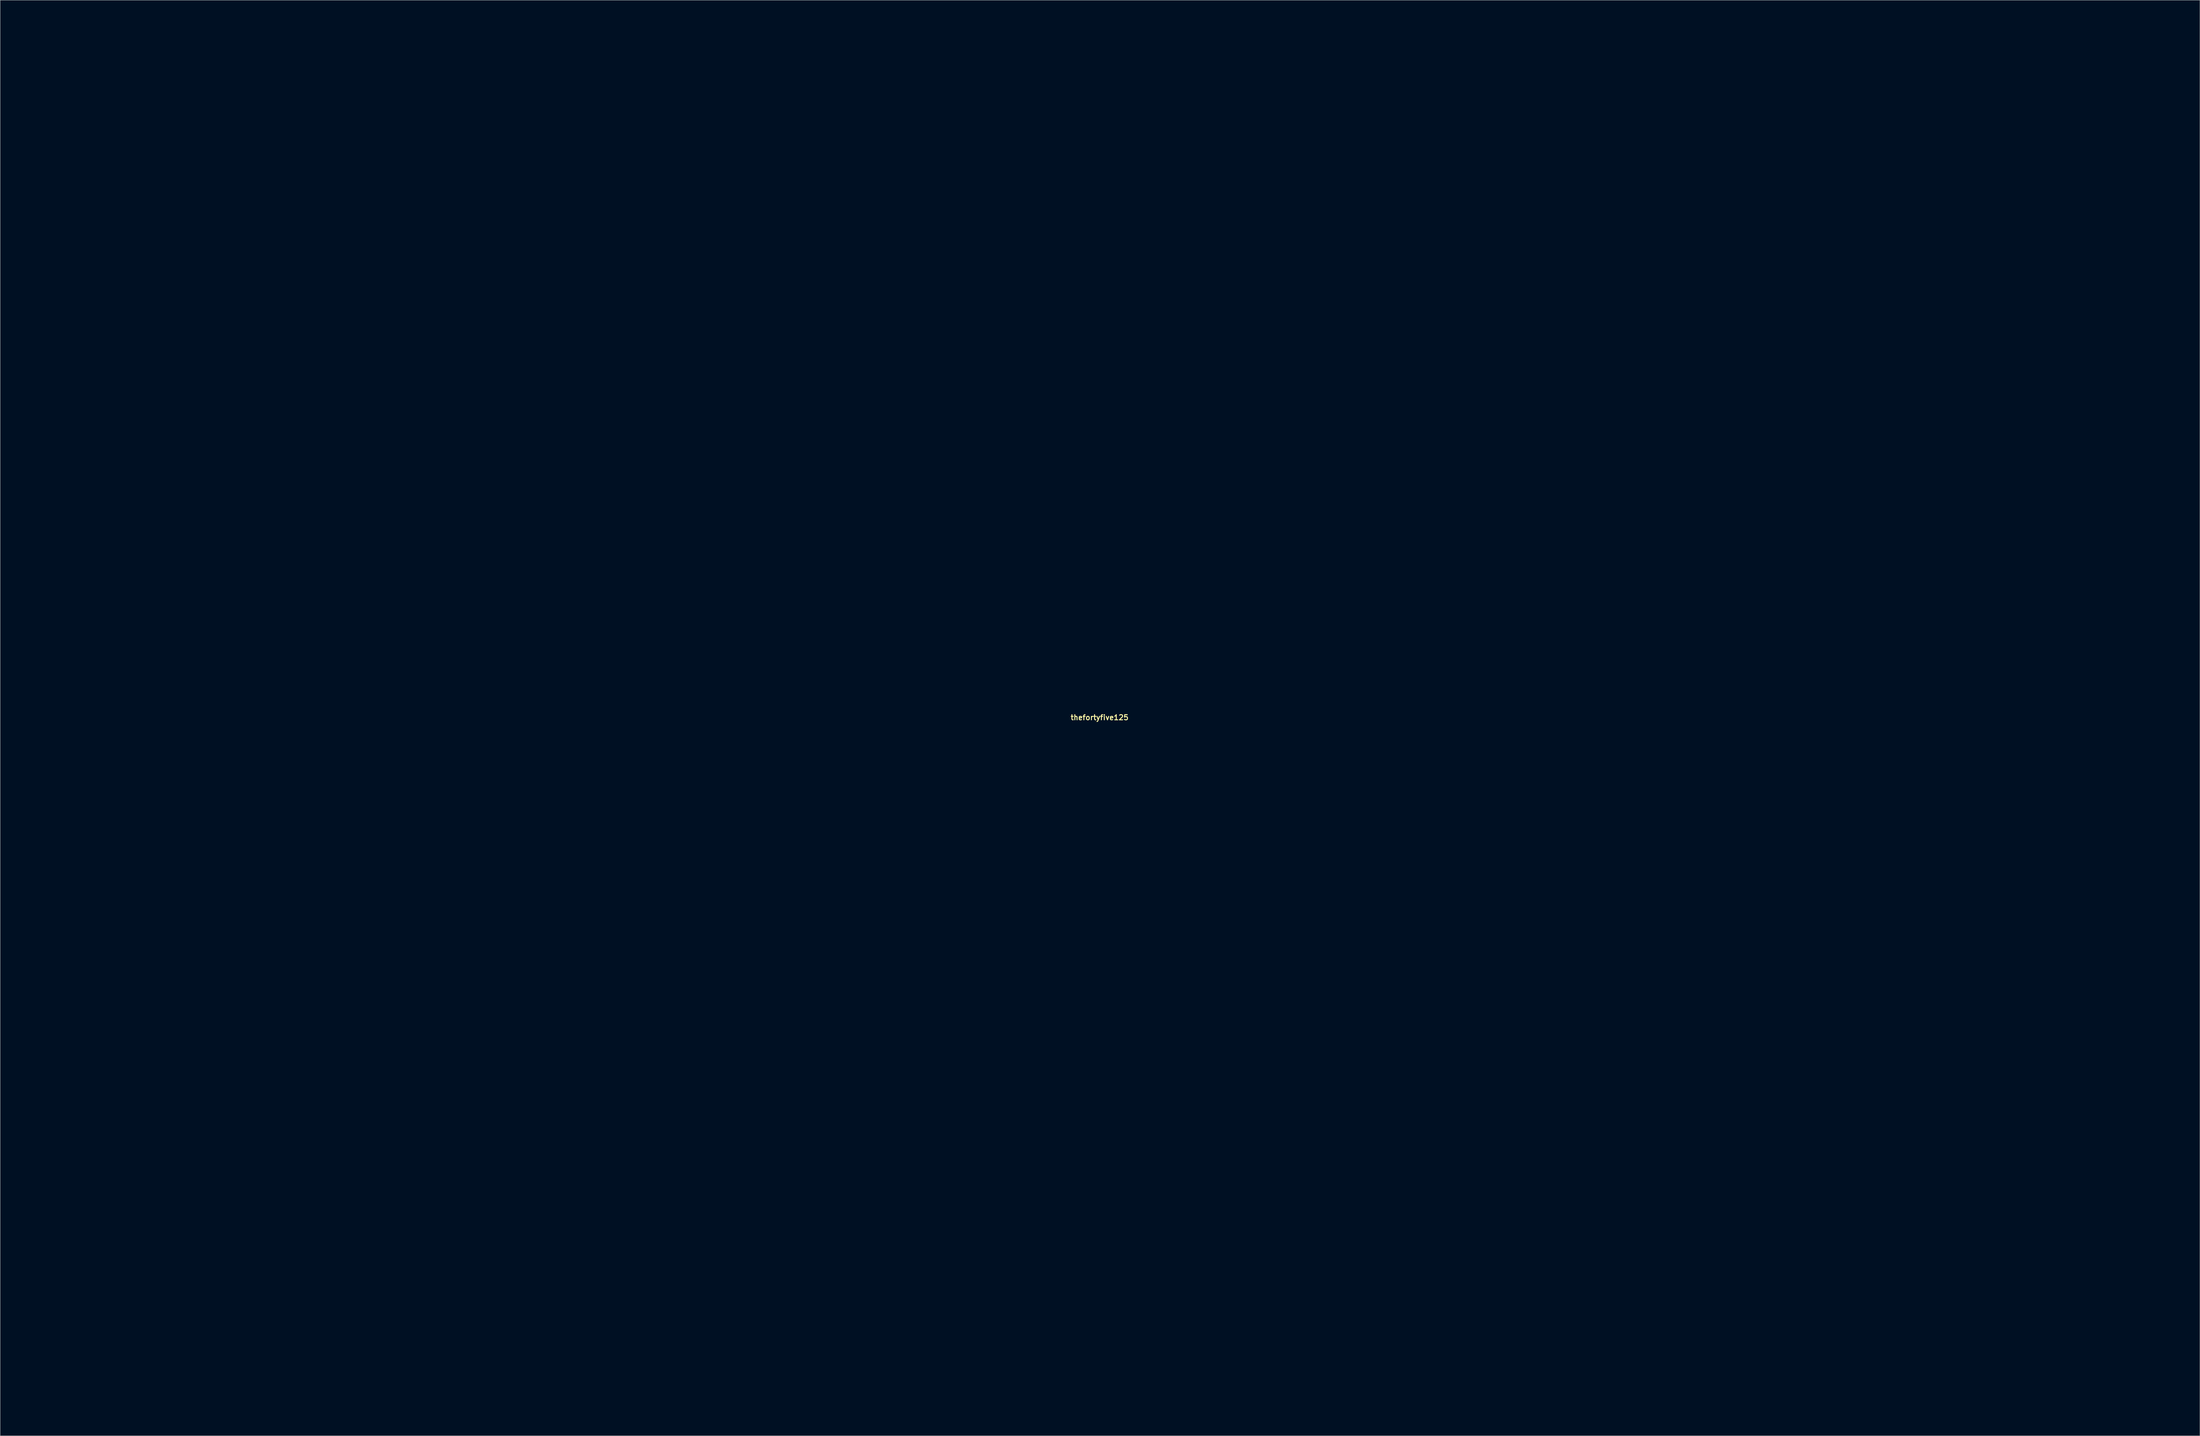
<source format=kicad_pcb>
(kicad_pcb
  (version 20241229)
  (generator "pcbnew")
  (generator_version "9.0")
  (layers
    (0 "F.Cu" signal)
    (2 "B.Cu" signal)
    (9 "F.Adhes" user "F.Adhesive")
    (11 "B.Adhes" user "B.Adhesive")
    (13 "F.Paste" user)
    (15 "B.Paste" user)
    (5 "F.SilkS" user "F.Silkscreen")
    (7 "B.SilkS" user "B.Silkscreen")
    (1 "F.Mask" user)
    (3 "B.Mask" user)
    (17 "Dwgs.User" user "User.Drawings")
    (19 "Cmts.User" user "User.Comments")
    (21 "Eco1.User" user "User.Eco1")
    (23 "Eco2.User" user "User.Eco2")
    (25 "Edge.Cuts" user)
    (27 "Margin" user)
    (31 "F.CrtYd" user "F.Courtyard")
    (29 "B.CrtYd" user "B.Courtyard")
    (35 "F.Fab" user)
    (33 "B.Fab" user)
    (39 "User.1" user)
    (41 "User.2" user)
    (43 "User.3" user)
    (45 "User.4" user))
  (footprint "thefortyfive125"
    (layer "F.Cu")
    (at 324.671 210.858)
    (property "Reference" "thefortyfive125" (at 0 0 0) (layer "F.SilkS") (effects (font (size 1.524 1.524) (thickness 0.3))))
    (attr through_hole)
    (fp_poly (pts (xy 53.035 55.982) (xy 52.934 56.083) (xy 52.832 55.982) (xy 52.934 55.88) (xy 53.035 55.982)) (stroke (width 0.01) (type solid)) (fill yes) (layer "F.Mask"))
    (fp_poly (pts (xy -67.338 58.985) (xy -67.389 59.183) (xy -67.559 59.73) (xy -67.835 60.591) (xy -68.205 61.73) (xy -68.658 63.111) (xy -69.183 64.698) (xy -69.766 66.456) (xy -70.398 68.348) (xy -70.682 69.197) (xy -74.566 81.016) (xy -78.207 92.577) (xy -81.619 103.937) (xy -84.817 115.152) (xy -87.816 126.277) (xy -90.633 137.369) (xy -93.281 148.484) (xy -95.775 159.676) (xy -98.132 171.004) (xy -98.225 171.471) (xy -98.567 173.17) (xy -98.887 174.741) (xy -99.174 176.14) (xy -99.421 177.323) (xy -99.618 178.246) (xy -99.755 178.865) (xy -99.824 179.136) (xy -99.828 179.144) (xy -100.034 179.171) (xy -100.608 179.228) (xy -101.51 179.314) (xy -102.704 179.424) (xy -104.152 179.556) (xy -105.816 179.705) (xy -107.658 179.869) (xy -109.64 180.045) (xy -111.725 180.228) (xy -113.875 180.417) (xy -116.052 180.606) (xy -118.218 180.794) (xy -120.335 180.977) (xy -122.366 181.152) (xy -124.273 181.315) (xy -126.018 181.463) (xy -127.563 181.593) (xy -128.871 181.701) (xy -129.903 181.784) (xy -130.622 181.839) (xy -130.99 181.863) (xy -131.017 181.863) (xy -131.191 181.702) (xy -131.172 181.407) (xy -131.105 181.079) (xy -130.978 180.416) (xy -130.801 179.482) (xy -130.587 178.343) (xy -130.348 177.062) (xy -130.241 176.486) (xy -127.027 160.184) (xy -123.441 143.988) (xy -119.477 127.871) (xy -115.127 111.805) (xy -110.385 95.764) (xy -105.728 81.178) (xy -105.234 79.692) (xy -104.682 78.043) (xy -104.085 76.273) (xy -103.458 74.419) (xy -102.814 72.523) (xy -102.166 70.624) (xy -101.528 68.763) (xy -100.915 66.978) (xy -100.339 65.311) (xy -99.815 63.8) (xy -99.356 62.485) (xy -98.975 61.407) (xy -98.687 60.606) (xy -98.505 60.121) (xy -98.448 59.989) (xy -98.243 59.972) (xy -97.669 59.945) (xy -96.766 59.907) (xy -95.571 59.862) (xy -94.121 59.809) (xy -92.455 59.75) (xy -90.611 59.686) (xy -88.626 59.619) (xy -86.54 59.549) (xy -84.389 59.479) (xy -82.213 59.408) (xy -80.048 59.339) (xy -77.933 59.273) (xy -75.906 59.21) (xy -74.004 59.152) (xy -72.267 59.101) (xy -70.732 59.057) (xy -69.436 59.022) (xy -68.419 58.997) (xy -67.717 58.983) (xy -67.369 58.982) (xy -67.338 58.985)) (stroke (width 0.01) (type solid)) (fill yes) (layer "F.Mask"))
    (fp_poly (pts (xy 52.573 55.96) (xy 52.487 56.144) (xy 52.197 56.616) (xy 51.733 57.329) (xy 51.124 58.238) (xy 50.402 59.298) (xy 49.72 60.284) (xy 47.427 63.632) (xy 44.97 67.317) (xy 42.367 71.311) (xy 39.634 75.584) (xy 36.788 80.11) (xy 33.844 84.859) (xy 30.821 89.804) (xy 27.735 94.917) (xy 24.602 100.17) (xy 21.439 105.534) (xy 18.262 110.981) (xy 15.089 116.484) (xy 11.936 122.015) (xy 8.819 127.544) (xy 5.756 133.044) (xy 2.762 138.487) (xy -0.145 143.846) (xy -2.949 149.091) (xy -3.303 149.758) (xy -4.178 151.426) (xy -5.17 153.344) (xy -6.252 155.452) (xy -7.393 157.696) (xy -8.566 160.016) (xy -9.741 162.355) (xy -10.889 164.656) (xy -11.982 166.861) (xy -12.991 168.914) (xy -13.887 170.755) (xy -14.641 172.329) (xy -15.017 173.126) (xy -16.485 176.276) (xy -26.683 176.281) (xy -29.567 176.287) (xy -32.112 176.306) (xy -34.385 176.341) (xy -36.454 176.395) (xy -38.386 176.472) (xy -40.248 176.576) (xy -42.107 176.71) (xy -44.031 176.878) (xy -46.087 177.082) (xy -48.342 177.328) (xy -49.913 177.507) (xy -51.286 177.666) (xy -52.589 177.816) (xy -53.745 177.949) (xy -54.676 178.056) (xy -55.304 178.128) (xy -55.423 178.142) (xy -56.017 178.179) (xy -56.407 178.144) (xy -56.494 178.082) (xy -56.646 171.269) (xy -56.733 164.454) (xy -56.754 157.597) (xy -56.708 150.658) (xy -56.594 143.598) (xy -56.411 136.376) (xy -56.158 128.952) (xy -55.835 121.288) (xy -55.439 113.342) (xy -54.971 105.076) (xy -54.446 96.723) (xy -54.289 94.382) (xy -54.115 91.913) (xy -53.929 89.349) (xy -53.732 86.721) (xy -53.526 84.059) (xy -53.316 81.395) (xy -53.103 78.76) (xy -52.89 76.186) (xy -52.68 73.704) (xy -52.476 71.344) (xy -52.279 69.139) (xy -52.094 67.12) (xy -51.922 65.317) (xy -51.766 63.762) (xy -51.629 62.486) (xy -51.514 61.521) (xy -51.422 60.897) (xy -51.358 60.647) (xy -51.356 60.645) (xy -51.149 60.627) (xy -50.574 60.591) (xy -49.672 60.541) (xy -48.481 60.477) (xy -47.038 60.401) (xy -45.384 60.316) (xy -43.557 60.223) (xy -41.595 60.125) (xy -39.537 60.022) (xy -37.422 59.918) (xy -35.288 59.813) (xy -33.174 59.711) (xy -31.119 59.612) (xy -29.162 59.518) (xy -27.341 59.432) (xy -25.694 59.356) (xy -24.262 59.29) (xy -23.081 59.238) (xy -22.191 59.201) (xy -21.631 59.181) (xy -21.439 59.18) (xy -21.451 59.387) (xy -21.505 59.951) (xy -21.595 60.824) (xy -21.716 61.961) (xy -21.863 63.313) (xy -22.031 64.835) (xy -22.167 66.058) (xy -22.942 73.297) (xy -23.625 80.405) (xy -24.216 87.353) (xy -24.713 94.114) (xy -25.114 100.658) (xy -25.417 106.957) (xy -25.623 112.982) (xy -25.727 118.705) (xy -25.731 124.096) (xy -25.63 129.128) (xy -25.606 129.845) (xy -25.545 131.525) (xy -25.48 133.124) (xy -25.416 134.585) (xy -25.355 135.847) (xy -25.3 136.855) (xy -25.254 137.549) (xy -25.231 137.791) (xy -25.095 138.93) (xy -23.175 134.845) (xy -18.812 125.776) (xy -14.216 116.632) (xy -9.425 107.478) (xy -4.474 98.382) (xy 0.598 89.408) (xy 5.756 80.624) (xy 10.962 72.095) (xy 16.179 63.889) (xy 17.506 61.855) (xy 20.349 57.526) (xy 21.198 57.422) (xy 21.583 57.39) (xy 22.319 57.343) (xy 23.367 57.283) (xy 24.691 57.211) (xy 26.251 57.13) (xy 28.011 57.041) (xy 29.932 56.945) (xy 31.976 56.846) (xy 34.107 56.744) (xy 36.285 56.641) (xy 38.473 56.539) (xy 40.633 56.439) (xy 42.727 56.345) (xy 44.718 56.256) (xy 46.567 56.176) (xy 48.237 56.105) (xy 49.69 56.046) (xy 50.888 56) (xy 51.793 55.969) (xy 52.367 55.955) (xy 52.573 55.96)) (stroke (width 0.01) (type solid)) (fill yes) (layer "F.Mask"))
    (fp_poly (pts (xy 211.414 -93.494) (xy 211.289 -92.95) (xy 211.034 -92.04) (xy 210.649 -90.76) (xy 210.133 -89.108) (xy 209.486 -87.082) (xy 208.705 -84.678) (xy 207.791 -81.894) (xy 207.694 -81.601) (xy 206.992 -79.478) (xy 206.326 -77.471) (xy 205.708 -75.613) (xy 205.148 -73.936) (xy 204.657 -72.474) (xy 204.247 -71.26) (xy 203.929 -70.327) (xy 203.713 -69.709) (xy 203.612 -69.437) (xy 203.606 -69.427) (xy 203.392 -69.403) (xy 202.803 -69.365) (xy 201.87 -69.313) (xy 200.625 -69.25) (xy 199.099 -69.176) (xy 197.323 -69.094) (xy 195.328 -69.005) (xy 193.146 -68.909) (xy 190.807 -68.81) (xy 188.344 -68.708) (xy 187.858 -68.688) (xy 185.359 -68.585) (xy 182.967 -68.485) (xy 180.715 -68.389) (xy 178.637 -68.299) (xy 176.763 -68.216) (xy 175.127 -68.142) (xy 173.762 -68.078) (xy 172.7 -68.025) (xy 171.974 -67.986) (xy 171.617 -67.961) (xy 171.596 -67.958) (xy 170.981 -67.867) (xy 168.876 -60.807) (xy 165.343 -48.811) (xy 162.002 -37.154) (xy 158.847 -25.819) (xy 155.875 -14.789) (xy 153.079 -4.047) (xy 150.457 6.425) (xy 148.003 16.642) (xy 146.182 24.536) (xy 145.938 25.534) (xy 145.71 26.325) (xy 145.517 26.843) (xy 145.382 27.026) (xy 145.146 27.043) (xy 144.538 27.093) (xy 143.588 27.174) (xy 142.331 27.282) (xy 140.797 27.415) (xy 139.019 27.57) (xy 137.029 27.743) (xy 134.86 27.933) (xy 132.543 28.136) (xy 130.157 28.346) (xy 127.221 28.605) (xy 124.664 28.83) (xy 122.459 29.022) (xy 120.581 29.184) (xy 119.003 29.318) (xy 117.699 29.425) (xy 116.643 29.508) (xy 115.809 29.568) (xy 115.171 29.608) (xy 114.703 29.628) (xy 114.379 29.631) (xy 114.172 29.62) (xy 114.056 29.594) (xy 114.006 29.558) (xy 113.995 29.512) (xy 113.995 29.511) (xy 114.037 29.274) (xy 114.155 28.688) (xy 114.338 27.802) (xy 114.578 26.665) (xy 114.862 25.326) (xy 115.18 23.832) (xy 115.523 22.233) (xy 115.88 20.577) (xy 116.24 18.912) (xy 116.593 17.288) (xy 116.929 15.753) (xy 117.236 14.355) (xy 117.446 13.411) (xy 119.508 4.432) (xy 121.743 -4.813) (xy 124.129 -14.233) (xy 126.64 -23.74) (xy 129.253 -33.244) (xy 131.943 -42.656) (xy 134.687 -51.887) (xy 137.46 -60.846) (xy 137.707 -61.625) (xy 138.094 -62.864) (xy 138.428 -63.968) (xy 138.692 -64.881) (xy 138.87 -65.546) (xy 138.945 -65.905) (xy 138.943 -65.951) (xy 138.728 -65.96) (xy 138.138 -65.954) (xy 137.205 -65.933) (xy 135.959 -65.9) (xy 134.432 -65.855) (xy 132.654 -65.798) (xy 130.658 -65.732) (xy 128.473 -65.656) (xy 126.131 -65.572) (xy 123.664 -65.48) (xy 123.115 -65.46) (xy 120.627 -65.366) (xy 118.259 -65.278) (xy 116.042 -65.196) (xy 114.007 -65.122) (xy 112.186 -65.056) (xy 110.609 -65.001) (xy 109.307 -64.956) (xy 108.311 -64.923) (xy 107.653 -64.904) (xy 107.363 -64.898) (xy 107.352 -64.899) (xy 107.407 -65.093) (xy 107.578 -65.64) (xy 107.857 -66.508) (xy 108.231 -67.665) (xy 108.69 -69.078) (xy 109.224 -70.715) (xy 109.822 -72.543) (xy 110.474 -74.53) (xy 111.168 -76.644) (xy 111.375 -77.272) (xy 115.439 -89.611) (xy 116.405 -89.611) (xy 116.695 -89.62) (xy 117.373 -89.646) (xy 118.42 -89.687) (xy 119.819 -89.744) (xy 121.549 -89.816) (xy 123.594 -89.901) (xy 125.935 -90) (xy 128.553 -90.11) (xy 131.43 -90.232) (xy 134.547 -90.365) (xy 137.887 -90.508) (xy 141.43 -90.659) (xy 145.16 -90.819) (xy 149.056 -90.987) (xy 153.101 -91.161) (xy 157.276 -91.341) (xy 161.563 -91.527) (xy 164.257 -91.643) (xy 168.594 -91.831) (xy 172.825 -92.014) (xy 176.932 -92.192) (xy 180.897 -92.364) (xy 184.701 -92.528) (xy 188.328 -92.685) (xy 191.758 -92.833) (xy 194.975 -92.972) (xy 197.959 -93.1) (xy 200.693 -93.218) (xy 203.159 -93.324) (xy 205.338 -93.418) (xy 207.213 -93.498) (xy 208.766 -93.564) (xy 209.979 -93.616) (xy 210.833 -93.652) (xy 211.311 -93.672) (xy 211.411 -93.675) (xy 211.414 -93.494)) (stroke (width 0.01) (type solid)) (fill yes) (layer "F.Mask"))
    (fp_poly (pts (xy 309.289 -92.867) (xy 311.68 -92.727) (xy 313.964 -92.59) (xy 316.108 -92.461) (xy 318.076 -92.34) (xy 319.836 -92.23) (xy 321.351 -92.134) (xy 322.588 -92.052) (xy 323.513 -91.989) (xy 324.091 -91.945) (xy 324.271 -91.926) (xy 324.946 -91.823) (xy 323.845 -90.564) (xy 322.263 -88.731) (xy 320.466 -86.605) (xy 318.478 -84.218) (xy 316.328 -81.603) (xy 314.04 -78.794) (xy 311.641 -75.823) (xy 309.158 -72.723) (xy 306.617 -69.528) (xy 304.043 -66.27) (xy 301.464 -62.981) (xy 298.906 -59.696) (xy 296.395 -56.447) (xy 293.956 -53.266) (xy 291.617 -50.187) (xy 291.389 -49.886) (xy 290.301 -48.445) (xy 289.2 -46.988) (xy 288.133 -45.576) (xy 287.149 -44.274) (xy 286.294 -43.144) (xy 285.616 -42.249) (xy 285.398 -41.961) (xy 282.56 -38.193) (xy 279.963 -34.699) (xy 277.584 -31.445) (xy 275.4 -28.397) (xy 273.386 -25.521) (xy 271.518 -22.783) (xy 269.772 -20.149) (xy 268.147 -17.622) (xy 267.227 -16.157) (xy 266.489 -14.951) (xy 265.894 -13.922) (xy 265.399 -12.989) (xy 264.963 -12.073) (xy 264.544 -11.092) (xy 264.101 -9.967) (xy 263.791 -9.144) (xy 263.25 -7.611) (xy 262.639 -5.719) (xy 261.968 -3.51) (xy 261.249 -1.024) (xy 260.491 1.7) (xy 259.705 4.621) (xy 258.904 7.698) (xy 258.096 10.891) (xy 257.292 14.161) (xy 256.505 17.466) (xy 255.743 20.767) (xy 255.348 22.527) (xy 255.014 24.023) (xy 254.707 25.384) (xy 254.438 26.563) (xy 254.218 27.51) (xy 254.059 28.175) (xy 253.972 28.511) (xy 253.961 28.541) (xy 253.752 28.557) (xy 253.176 28.582) (xy 252.271 28.618) (xy 251.077 28.661) (xy 249.632 28.711) (xy 247.976 28.767) (xy 246.147 28.828) (xy 244.184 28.892) (xy 242.126 28.957) (xy 240.013 29.024) (xy 237.882 29.09) (xy 235.773 29.155) (xy 233.725 29.217) (xy 231.776 29.275) (xy 229.966 29.327) (xy 228.334 29.374) (xy 226.918 29.412) (xy 225.757 29.442) (xy 224.891 29.461) (xy 224.358 29.469) (xy 224.282 29.469) (xy 223.595 29.443) (xy 223.103 29.378) (xy 222.91 29.289) (xy 222.91 29.287) (xy 222.955 29.019) (xy 223.081 28.405) (xy 223.277 27.495) (xy 223.532 26.34) (xy 223.834 24.99) (xy 224.172 23.494) (xy 224.534 21.904) (xy 224.91 20.267) (xy 225.287 18.636) (xy 225.655 17.059) (xy 226.001 15.588) (xy 226.316 14.271) (xy 226.475 13.614) (xy 227.624 8.949) (xy 228.719 4.609) (xy 229.757 0.606) (xy 230.733 -3.049) (xy 231.646 -6.343) (xy 232.492 -9.266) (xy 233.268 -11.807) (xy 233.601 -12.847) (xy 234.512 -15.636) (xy 233.483 -18.615) (xy 232.585 -21.369) (xy 231.676 -24.464) (xy 230.753 -27.913) (xy 229.813 -31.725) (xy 228.854 -35.913) (xy 227.872 -40.487) (xy 227.076 -44.399) (xy 226.207 -48.869) (xy 225.385 -53.302) (xy 224.617 -57.662) (xy 223.908 -61.913) (xy 223.262 -66.018) (xy 222.686 -69.941) (xy 222.185 -73.648) (xy 221.763 -77.101) (xy 221.427 -80.264) (xy 221.181 -83.102) (xy 221.043 -85.336) (xy 220.98 -86.648) (xy 236.525 -89.236) (xy 238.998 -89.647) (xy 241.363 -90.042) (xy 243.588 -90.413) (xy 245.642 -90.756) (xy 247.492 -91.065) (xy 249.107 -91.336) (xy 250.455 -91.562) (xy 251.504 -91.738) (xy 252.221 -91.86) (xy 252.576 -91.921) (xy 252.6 -91.926) (xy 252.712 -91.961) (xy 252.808 -92.003) (xy 252.89 -92.023) (xy 252.962 -91.991) (xy 253.027 -91.88) (xy 253.088 -91.661) (xy 253.148 -91.306) (xy 253.212 -90.787) (xy 253.282 -90.075) (xy 253.36 -89.142) (xy 253.452 -87.958) (xy 253.559 -86.497) (xy 253.686 -84.73) (xy 253.835 -82.627) (xy 254.009 -80.161) (xy 254.103 -78.842) (xy 254.253 -76.766) (xy 254.406 -74.737) (xy 254.557 -72.806) (xy 254.701 -71.026) (xy 254.835 -69.447) (xy 254.954 -68.121) (xy 255.053 -67.099) (xy 255.128 -66.446) (xy 255.71 -62.611) (xy 256.416 -58.947) (xy 257.233 -55.509) (xy 258.148 -52.35) (xy 259.147 -49.523) (xy 259.44 -48.799) (xy 260.232 -46.899) (xy 262.333 -50.323) (xy 265.952 -56.118) (xy 269.516 -61.62) (xy 273.018 -66.818) (xy 276.448 -71.7) (xy 279.799 -76.255) (xy 283.062 -80.471) (xy 286.229 -84.338) (xy 289.292 -87.845) (xy 292.241 -90.979) (xy 293.17 -91.912) (xy 294.982 -93.705) (xy 309.289 -92.867)) (stroke (width 0.01) (type solid)) (fill yes) (layer "F.Mask"))
    (fp_poly (pts (xy -227.051 -209.034) (xy -227.094 -208.83) (xy -227.251 -208.281) (xy -227.506 -207.429) (xy -227.849 -206.314) (xy -228.264 -204.979) (xy -228.74 -203.463) (xy -229.262 -201.809) (xy -229.817 -200.058) (xy -230.393 -198.252) (xy -230.976 -196.431) (xy -231.553 -194.637) (xy -232.11 -192.911) (xy -232.635 -191.295) (xy -233.114 -189.829) (xy -233.534 -188.556) (xy -233.882 -187.517) (xy -234.144 -186.752) (xy -234.307 -186.304) (xy -234.354 -186.202) (xy -234.566 -186.18) (xy -235.159 -186.142) (xy -236.106 -186.09) (xy -237.383 -186.023) (xy -238.964 -185.944) (xy -240.823 -185.853) (xy -242.936 -185.752) (xy -245.276 -185.643) (xy -247.818 -185.525) (xy -250.537 -185.401) (xy -253.407 -185.272) (xy -256.403 -185.139) (xy -257.79 -185.078) (xy -260.839 -184.943) (xy -263.776 -184.812) (xy -266.577 -184.686) (xy -269.216 -184.565) (xy -271.666 -184.452) (xy -273.901 -184.347) (xy -275.897 -184.252) (xy -277.628 -184.168) (xy -279.066 -184.095) (xy -280.188 -184.037) (xy -280.966 -183.992) (xy -281.375 -183.964) (xy -281.432 -183.956) (xy -281.314 -183.873) (xy -280.849 -183.673) (xy -280.077 -183.373) (xy -279.034 -182.986) (xy -277.762 -182.527) (xy -276.297 -182.009) (xy -274.678 -181.447) (xy -274.015 -181.22) (xy -272.325 -180.639) (xy -270.755 -180.095) (xy -269.346 -179.602) (xy -268.139 -179.174) (xy -267.178 -178.827) (xy -266.503 -178.575) (xy -266.157 -178.434) (xy -266.122 -178.414) (xy -266.145 -178.191) (xy -266.286 -177.625) (xy -266.531 -176.761) (xy -266.867 -175.639) (xy -267.282 -174.305) (xy -267.762 -172.799) (xy -268.295 -171.165) (xy -268.395 -170.862) (xy -271.126 -162.474) (xy -273.678 -154.343) (xy -276.078 -146.374) (xy -278.355 -138.472) (xy -280.534 -130.542) (xy -282.642 -122.49) (xy -284.708 -114.223) (xy -285.5 -110.947) (xy -285.818 -109.616) (xy -286.174 -108.113) (xy -286.557 -106.484) (xy -286.957 -104.774) (xy -287.363 -103.031) (xy -287.764 -101.3) (xy -288.151 -99.627) (xy -288.511 -98.058) (xy -288.835 -96.64) (xy -289.113 -95.419) (xy -289.332 -94.44) (xy -289.483 -93.749) (xy -289.555 -93.394) (xy -289.56 -93.359) (xy -289.758 -93.344) (xy -290.33 -93.33) (xy -291.244 -93.317) (xy -292.467 -93.305) (xy -293.968 -93.294) (xy -295.713 -93.285) (xy -297.672 -93.278) (xy -299.811 -93.273) (xy -302.098 -93.27) (xy -303.996 -93.269) (xy -318.433 -93.269) (xy -318.301 -94.031) (xy -318.231 -94.41) (xy -318.093 -95.135) (xy -317.897 -96.153) (xy -317.654 -97.409) (xy -317.374 -98.851) (xy -317.067 -100.425) (xy -316.858 -101.498) (xy -314.178 -114.313) (xy -311.135 -127.229) (xy -307.742 -140.197) (xy -304.014 -153.166) (xy -299.965 -166.087) (xy -295.607 -178.91) (xy -294.962 -180.727) (xy -294.627 -181.686) (xy -294.355 -182.498) (xy -294.171 -183.093) (xy -294.097 -183.399) (xy -294.1 -183.424) (xy -294.31 -183.427) (xy -294.894 -183.412) (xy -295.821 -183.38) (xy -297.059 -183.333) (xy -298.577 -183.272) (xy -300.343 -183.199) (xy -302.325 -183.114) (xy -304.492 -183.019) (xy -306.813 -182.915) (xy -309.255 -182.803) (xy -309.391 -182.797) (xy -311.838 -182.685) (xy -314.165 -182.58) (xy -316.34 -182.484) (xy -318.332 -182.397) (xy -320.109 -182.321) (xy -321.639 -182.258) (xy -322.892 -182.209) (xy -323.834 -182.174) (xy -324.436 -182.156) (xy -324.665 -182.155) (xy -324.666 -182.156) (xy -324.619 -182.356) (xy -324.457 -182.9) (xy -324.195 -183.749) (xy -323.846 -184.86) (xy -323.423 -186.192) (xy -322.939 -187.704) (xy -322.408 -189.356) (xy -321.844 -191.105) (xy -321.259 -192.911) (xy -320.667 -194.733) (xy -320.081 -196.53) (xy -319.515 -198.259) (xy -318.982 -199.881) (xy -318.496 -201.354) (xy -318.069 -202.637) (xy -317.716 -203.688) (xy -317.449 -204.467) (xy -317.281 -204.933) (xy -317.23 -205.051) (xy -317.016 -205.073) (xy -316.419 -205.111) (xy -315.46 -205.164) (xy -314.162 -205.232) (xy -312.548 -205.313) (xy -310.639 -205.406) (xy -308.458 -205.51) (xy -306.028 -205.625) (xy -303.37 -205.749) (xy -300.506 -205.882) (xy -297.46 -206.022) (xy -294.254 -206.168) (xy -290.909 -206.32) (xy -287.448 -206.476) (xy -283.893 -206.636) (xy -280.267 -206.798) (xy -276.592 -206.961) (xy -272.89 -207.125) (xy -269.184 -207.289) (xy -265.495 -207.451) (xy -261.847 -207.61) (xy -258.261 -207.766) (xy -254.759 -207.918) (xy -251.365 -208.064) (xy -248.1 -208.204) (xy -244.986 -208.336) (xy -242.046 -208.46) (xy -239.302 -208.575) (xy -236.777 -208.679) (xy -234.493 -208.772) (xy -232.471 -208.853) (xy -230.735 -208.92) (xy -229.306 -208.973) (xy -228.208 -209.011) (xy -227.462 -209.033) (xy -227.09 -209.037) (xy -227.051 -209.034)) (stroke (width 0.01) (type solid)) (fill yes) (layer "F.Mask"))
    (fp_poly (pts (xy -137.207 -210.831) (xy -137.207 -210.831) (xy -137.254 -210.632) (xy -137.415 -210.111) (xy -137.673 -209.329) (xy -138.005 -208.346) (xy -138.387 -207.243) (xy -138.922 -205.687) (xy -139.556 -203.805) (xy -140.267 -201.661) (xy -141.036 -199.32) (xy -141.841 -196.845) (xy -142.662 -194.299) (xy -143.478 -191.747) (xy -144.269 -189.25) (xy -145.014 -186.874) (xy -145.465 -185.42) (xy -149.265 -172.607) (xy -152.722 -159.9) (xy -155.853 -147.223) (xy -158.68 -134.499) (xy -160.071 -127.66) (xy -161.441 -120.701) (xy -162.661 -120.685) (xy -163.102 -120.675) (xy -163.905 -120.653) (xy -165.026 -120.62) (xy -166.42 -120.578) (xy -168.044 -120.528) (xy -169.854 -120.471) (xy -171.805 -120.409) (xy -173.854 -120.343) (xy -174.295 -120.329) (xy -176.651 -120.253) (xy -178.632 -120.193) (xy -180.269 -120.148) (xy -181.593 -120.118) (xy -182.635 -120.103) (xy -183.425 -120.102) (xy -183.996 -120.116) (xy -184.378 -120.144) (xy -184.602 -120.186) (xy -184.698 -120.243) (xy -184.709 -120.276) (xy -184.666 -120.516) (xy -184.543 -121.122) (xy -184.346 -122.062) (xy -184.081 -123.304) (xy -183.756 -124.817) (xy -183.377 -126.57) (xy -182.952 -128.531) (xy -182.486 -130.67) (xy -181.987 -132.953) (xy -181.462 -135.351) (xy -181.434 -135.476) (xy -180.91 -137.872) (xy -180.413 -140.15) (xy -179.95 -142.281) (xy -179.529 -144.232) (xy -179.155 -145.974) (xy -178.836 -147.475) (xy -178.578 -148.705) (xy -178.387 -149.632) (xy -178.27 -150.227) (xy -178.233 -150.457) (xy -178.234 -150.459) (xy -178.444 -150.473) (xy -179.028 -150.49) (xy -179.951 -150.51) (xy -181.182 -150.532) (xy -182.685 -150.557) (xy -184.429 -150.582) (xy -186.381 -150.609) (xy -188.505 -150.636) (xy -190.771 -150.662) (xy -192.129 -150.677) (xy -205.951 -150.826) (xy -207.515 -146.076) (xy -208.003 -144.584) (xy -208.496 -143.06) (xy -208.965 -141.599) (xy -209.379 -140.293) (xy -209.707 -139.239) (xy -209.814 -138.887) (xy -210.222 -137.477) (xy -210.694 -135.743) (xy -211.213 -133.763) (xy -211.759 -131.609) (xy -212.314 -129.359) (xy -212.86 -127.086) (xy -213.378 -124.867) (xy -213.85 -122.775) (xy -214.256 -120.887) (xy -214.279 -120.776) (xy -215.257 -116.076) (xy -218.22 -115.951) (xy -219.146 -115.915) (xy -220.405 -115.871) (xy -221.923 -115.82) (xy -223.628 -115.766) (xy -225.445 -115.709) (xy -227.302 -115.654) (xy -228.498 -115.62) (xy -230.244 -115.569) (xy -231.911 -115.519) (xy -233.446 -115.471) (xy -234.79 -115.426) (xy -235.887 -115.388) (xy -236.682 -115.357) (xy -237.074 -115.338) (xy -237.746 -115.311) (xy -238.235 -115.318) (xy -238.421 -115.35) (xy -238.411 -115.568) (xy -238.326 -116.114) (xy -238.179 -116.92) (xy -237.982 -117.916) (xy -237.835 -118.627) (xy -236.652 -124.016) (xy -235.304 -129.753) (xy -233.798 -135.817) (xy -232.139 -142.187) (xy -230.334 -148.844) (xy -228.388 -155.765) (xy -226.307 -162.929) (xy -224.097 -170.318) (xy -221.764 -177.908) (xy -219.314 -185.68) (xy -216.753 -193.612) (xy -214.947 -199.1) (xy -214.361 -200.856) (xy -213.883 -202.262) (xy -213.497 -203.354) (xy -213.189 -204.171) (xy -212.945 -204.749) (xy -212.751 -205.126) (xy -212.59 -205.339) (xy -212.472 -205.418) (xy -212.181 -205.458) (xy -211.528 -205.505) (xy -210.559 -205.558) (xy -209.319 -205.616) (xy -207.851 -205.675) (xy -206.201 -205.734) (xy -204.414 -205.791) (xy -203.505 -205.818) (xy -201.546 -205.874) (xy -199.599 -205.932) (xy -197.728 -205.99) (xy -195.995 -206.046) (xy -194.463 -206.097) (xy -193.197 -206.141) (xy -192.258 -206.177) (xy -192.087 -206.185) (xy -189.203 -206.31) (xy -189.68 -204.806) (xy -190.491 -202.243) (xy -191.325 -199.606) (xy -192.173 -196.922) (xy -193.026 -194.219) (xy -193.874 -191.526) (xy -194.71 -188.87) (xy -195.524 -186.279) (xy -196.308 -183.782) (xy -197.053 -181.407) (xy -197.75 -179.181) (xy -198.389 -177.133) (xy -198.964 -175.291) (xy -199.464 -173.683) (xy -199.881 -172.337) (xy -200.206 -171.281) (xy -200.43 -170.543) (xy -200.545 -170.151) (xy -200.558 -170.094) (xy -200.421 -170.047) (xy -199.999 -170.007) (xy -199.278 -169.974) (xy -198.242 -169.949) (xy -196.878 -169.93) (xy -195.171 -169.918) (xy -193.106 -169.913) (xy -190.668 -169.914) (xy -187.844 -169.921) (xy -186.902 -169.925) (xy -173.246 -169.977) (xy -172.2 -173.939) (xy -171.961 -174.791) (xy -171.608 -175.988) (xy -171.151 -177.487) (xy -170.605 -179.247) (xy -169.983 -181.228) (xy -169.297 -183.388) (xy -168.561 -185.686) (xy -167.788 -188.08) (xy -166.99 -190.528) (xy -166.332 -192.532) (xy -165.547 -194.914) (xy -164.79 -197.213) (xy -164.071 -199.396) (xy -163.403 -201.428) (xy -162.795 -203.277) (xy -162.259 -204.908) (xy -161.806 -206.287) (xy -161.447 -207.382) (xy -161.193 -208.159) (xy -161.055 -208.583) (xy -161.054 -208.585) (xy -160.598 -210.007) (xy -159.496 -210.066) (xy -158.87 -210.095) (xy -157.934 -210.135) (xy -156.735 -210.182) (xy -155.316 -210.236) (xy -153.722 -210.294) (xy -151.999 -210.357) (xy -150.189 -210.421) (xy -148.339 -210.485) (xy -146.492 -210.549) (xy -144.693 -210.609) (xy -142.988 -210.666) (xy -141.42 -210.717) (xy -140.034 -210.76) (xy -138.876 -210.795) (xy -137.989 -210.819) (xy -137.418 -210.832) (xy -137.207 -210.831)) (stroke (width 0.01) (type solid)) (fill yes) (layer "F.Mask"))
    (fp_poly (pts (xy -71.859 -94.822) (xy -70.307 -94.75) (xy -69.698 -94.703) (xy -65.686 -94.217) (xy -61.983 -93.51) (xy -58.549 -92.571) (xy -55.343 -91.386) (xy -52.324 -89.942) (xy -49.452 -88.226) (xy -49.369 -88.171) (xy -48.051 -87.201) (xy -46.612 -85.98) (xy -45.141 -84.597) (xy -43.724 -83.136) (xy -42.446 -81.686) (xy -41.395 -80.332) (xy -41.084 -79.876) (xy -40.514 -78.972) (xy -39.916 -77.964) (xy -39.328 -76.923) (xy -38.786 -75.918) (xy -38.328 -75.02) (xy -37.991 -74.299) (xy -37.813 -73.825) (xy -37.795 -73.717) (xy -37.958 -73.536) (xy -38.417 -73.161) (xy -39.133 -72.622) (xy -40.063 -71.95) (xy -41.166 -71.173) (xy -42.401 -70.324) (xy -42.874 -70.003) (xy -44.314 -69.029) (xy -45.449 -68.255) (xy -46.313 -67.653) (xy -46.94 -67.198) (xy -47.361 -66.861) (xy -47.612 -66.618) (xy -47.724 -66.44) (xy -47.731 -66.301) (xy -47.666 -66.175) (xy -47.651 -66.154) (xy -47.421 -65.807) (xy -47.04 -65.208) (xy -46.571 -64.453) (xy -46.236 -63.906) (xy -44.704 -61.016) (xy -43.483 -57.887) (xy -42.568 -54.506) (xy -42.15 -52.263) (xy -41.975 -50.707) (xy -41.88 -48.858) (xy -41.861 -46.819) (xy -41.916 -44.695) (xy -42.042 -42.59) (xy -42.235 -40.607) (xy -42.493 -38.852) (xy -42.538 -38.608) (xy -43.718 -33.508) (xy -45.276 -28.527) (xy -47.213 -23.661) (xy -49.533 -18.904) (xy -52.238 -14.254) (xy -55.331 -9.704) (xy -58.815 -5.25) (xy -62.691 -0.889) (xy -65.889 2.355) (xy -70.53 6.619) (xy -75.285 10.498) (xy -80.151 13.99) (xy -85.126 17.094) (xy -90.209 19.809) (xy -95.395 22.134) (xy -100.685 24.068) (xy -106.074 25.609) (xy -111.561 26.757) (xy -114.766 27.24) (xy -116.552 27.432) (xy -118.549 27.583) (xy -120.65 27.687) (xy -122.748 27.743) (xy -124.736 27.748) (xy -126.505 27.696) (xy -127.571 27.625) (xy -131.397 27.104) (xy -135.073 26.244) (xy -138.567 25.057) (xy -141.846 23.553) (xy -144.878 21.743) (xy -144.943 21.699) (xy -146.299 20.676) (xy -147.768 19.395) (xy -149.255 17.95) (xy -150.667 16.434) (xy -151.91 14.939) (xy -152.447 14.218) (xy -154.284 11.335) (xy -155.924 8.155) (xy -157.338 4.75) (xy -158.502 1.19) (xy -159.387 -2.453) (xy -159.931 -5.791) (xy -160.041 -7.028) (xy -160.113 -8.569) (xy -160.148 -10.315) (xy -160.146 -12.165) (xy -160.108 -14.021) (xy -160.035 -15.781) (xy -159.993 -16.393) (xy -130.525 -16.393) (xy -130.386 -13.257) (xy -129.962 -10.342) (xy -129.821 -9.696) (xy -129.215 -7.462) (xy -128.506 -5.55) (xy -127.653 -3.881) (xy -126.616 -2.377) (xy -125.355 -0.959) (xy -125.291 -0.895) (xy -124.361 -0.01) (xy -123.54 0.652) (xy -122.689 1.193) (xy -121.92 1.594) (xy -119.672 2.504) (xy -117.278 3.105) (xy -114.699 3.4) (xy -111.9 3.395) (xy -109.974 3.238) (xy -106.248 2.625) (xy -102.614 1.62) (xy -99.078 0.226) (xy -95.649 -1.552) (xy -92.334 -3.71) (xy -89.14 -6.242) (xy -86.076 -9.146) (xy -83.149 -12.415) (xy -82.621 -13.062) (xy -80.502 -15.896) (xy -78.556 -18.9) (xy -76.815 -22.007) (xy -75.311 -25.151) (xy -74.078 -28.268) (xy -73.146 -31.291) (xy -72.738 -33.074) (xy -72.28 -36.252) (xy -72.184 -39.278) (xy -72.446 -42.141) (xy -73.066 -44.831) (xy -74.041 -47.339) (xy -75.37 -49.655) (xy -75.414 -49.719) (xy -75.748 -50.225) (xy -75.958 -50.585) (xy -75.997 -50.681) (xy -75.834 -50.816) (xy -75.371 -51.146) (xy -74.65 -51.643) (xy -73.712 -52.279) (xy -72.596 -53.026) (xy -71.345 -53.857) (xy -70.714 -54.274) (xy -69.411 -55.138) (xy -68.226 -55.935) (xy -67.197 -56.638) (xy -66.368 -57.218) (xy -65.777 -57.646) (xy -65.468 -57.894) (xy -65.43 -57.941) (xy -65.541 -58.325) (xy -65.835 -58.946) (xy -66.261 -59.711) (xy -66.763 -60.525) (xy -67.289 -61.298) (xy -67.633 -61.752) (xy -69.259 -63.511) (xy -71.102 -64.996) (xy -73.184 -66.216) (xy -75.526 -67.18) (xy -78.148 -67.897) (xy -81.073 -68.376) (xy -83.781 -68.601) (xy -85.831 -68.634) (xy -88.095 -68.546) (xy -90.403 -68.351) (xy -92.587 -68.062) (xy -93.726 -67.856) (xy -97.265 -66.932) (xy -100.709 -65.615) (xy -104.055 -63.906) (xy -107.298 -61.809) (xy -110.437 -59.326) (xy -113.467 -56.458) (xy -116.387 -53.21) (xy -119.191 -49.582) (xy -120.711 -47.386) (xy -122.658 -44.223) (xy -124.415 -40.888) (xy -125.973 -37.424) (xy -127.32 -33.875) (xy -128.446 -30.285) (xy -129.34 -26.698) (xy -129.992 -23.158) (xy -130.39 -19.708) (xy -130.525 -16.393) (xy -159.993 -16.393) (xy -159.928 -17.346) (xy -159.841 -18.205) (xy -158.998 -23.569) (xy -157.756 -28.89) (xy -156.12 -34.156) (xy -154.097 -39.356) (xy -151.692 -44.479) (xy -148.911 -49.513) (xy -145.761 -54.446) (xy -142.246 -59.267) (xy -138.374 -63.963) (xy -134.316 -68.354) (xy -130.007 -72.569) (xy -125.684 -76.388) (xy -121.329 -79.821) (xy -116.921 -82.878) (xy -112.441 -85.57) (xy -107.87 -87.907) (xy -103.188 -89.899) (xy -98.376 -91.556) (xy -93.415 -92.888) (xy -88.284 -93.907) (xy -84.938 -94.394) (xy -83.488 -94.542) (xy -81.743 -94.664) (xy -79.796 -94.759) (xy -77.74 -94.824) (xy -75.669 -94.857) (xy -73.678 -94.858) (xy -71.859 -94.822)) (stroke (width 0.01) (type solid)) (fill yes) (layer "F.Mask"))
    (fp_poly (pts (xy -49.843 -210.845) (xy -49.885 -210.639) (xy -50.043 -210.086) (xy -50.304 -209.225) (xy -50.657 -208.094) (xy -51.088 -206.731) (xy -51.586 -205.176) (xy -52.138 -203.468) (xy -52.646 -201.912) (xy -55.541 -193.071) (xy -57.184 -192.958) (xy -57.81 -192.915) (xy -58.774 -192.85) (xy -60.007 -192.766) (xy -61.442 -192.669) (xy -63.01 -192.563) (xy -64.643 -192.453) (xy -65.024 -192.427) (xy -68.999 -192.141) (xy -73.249 -191.803) (xy -77.65 -191.422) (xy -82.073 -191.01) (xy -86.258 -190.591) (xy -87.681 -190.445) (xy -89.163 -190.293) (xy -90.58 -190.149) (xy -91.808 -190.025) (xy -92.502 -189.956) (xy -94.885 -189.721) (xy -95.082 -189.095) (xy -95.612 -187.372) (xy -96.16 -185.538) (xy -96.694 -183.7) (xy -97.184 -181.963) (xy -97.601 -180.432) (xy -97.833 -179.533) (xy -98.14 -178.262) (xy -98.435 -176.952) (xy -98.706 -175.665) (xy -98.941 -174.463) (xy -99.13 -173.41) (xy -99.259 -172.568) (xy -99.317 -172) (xy -99.296 -171.771) (xy -99.057 -171.748) (xy -98.497 -171.776) (xy -97.694 -171.849) (xy -96.728 -171.961) (xy -96.574 -171.98) (xy -92.87 -172.439) (xy -89.131 -172.855) (xy -85.285 -173.235) (xy -81.256 -173.587) (xy -76.972 -173.916) (xy -72.359 -174.23) (xy -72.144 -174.244) (xy -70.171 -174.366) (xy -68.568 -174.456) (xy -67.303 -174.513) (xy -66.34 -174.538) (xy -65.646 -174.531) (xy -65.185 -174.492) (xy -64.925 -174.422) (xy -64.832 -174.32) (xy -64.83 -174.295) (xy -64.883 -174.052) (xy -65.032 -173.457) (xy -65.266 -172.551) (xy -65.574 -171.375) (xy -65.946 -169.969) (xy -66.37 -168.373) (xy -66.837 -166.63) (xy -67.221 -165.202) (xy -69.603 -156.362) (xy -71.022 -156.317) (xy -80.383 -155.869) (xy -89.468 -155.136) (xy -98.27 -154.118) (xy -99.771 -153.911) (xy -101.255 -153.704) (xy -102.389 -153.54) (xy -103.225 -153.405) (xy -103.816 -153.279) (xy -104.212 -153.146) (xy -104.467 -152.989) (xy -104.632 -152.792) (xy -104.76 -152.536) (xy -104.891 -152.228) (xy -105.575 -150.54) (xy -106.272 -148.588) (xy -106.951 -146.482) (xy -107.578 -144.331) (xy -108.122 -142.242) (xy -108.551 -140.326) (xy -108.79 -138.989) (xy -108.99 -137.639) (xy -109.123 -136.639) (xy -109.19 -135.939) (xy -109.194 -135.489) (xy -109.136 -135.239) (xy -109.02 -135.139) (xy -108.941 -135.13) (xy -108.647 -135.153) (xy -108.014 -135.217) (xy -107.108 -135.314) (xy -105.993 -135.438) (xy -104.735 -135.581) (xy -104.343 -135.627) (xy -101.258 -135.976) (xy -98.14 -136.313) (xy -95.024 -136.634) (xy -91.945 -136.936) (xy -88.939 -137.218) (xy -86.04 -137.475) (xy -83.283 -137.705) (xy -80.704 -137.904) (xy -78.337 -138.071) (xy -76.219 -138.203) (xy -74.383 -138.295) (xy -72.864 -138.346) (xy -71.699 -138.353) (xy -71.303 -138.341) (xy -69.961 -138.278) (xy -72.337 -129.285) (xy -72.824 -127.444) (xy -73.282 -125.726) (xy -73.699 -124.171) (xy -74.064 -122.819) (xy -74.367 -121.708) (xy -74.598 -120.877) (xy -74.745 -120.368) (xy -74.796 -120.215) (xy -75.012 -120.186) (xy -75.584 -120.139) (xy -76.463 -120.078) (xy -77.599 -120.006) (xy -78.942 -119.926) (xy -80.443 -119.842) (xy -81.178 -119.802) (xy -86.372 -119.511) (xy -91.342 -119.204) (xy -96.161 -118.874) (xy -100.903 -118.516) (xy -105.64 -118.122) (xy -110.446 -117.686) (xy -115.393 -117.204) (xy -120.555 -116.667) (xy -126.004 -116.07) (xy -129.134 -115.716) (xy -131.262 -115.473) (xy -133.021 -115.275) (xy -134.446 -115.116) (xy -135.571 -114.995) (xy -136.431 -114.907) (xy -137.061 -114.851) (xy -137.495 -114.821) (xy -137.767 -114.816) (xy -137.914 -114.832) (xy -137.969 -114.865) (xy -137.973 -114.883) (xy -137.929 -115.153) (xy -137.807 -115.768) (xy -137.616 -116.678) (xy -137.369 -117.832) (xy -137.076 -119.178) (xy -136.748 -120.667) (xy -136.397 -122.247) (xy -136.033 -123.868) (xy -135.669 -125.478) (xy -135.314 -127.028) (xy -135.109 -127.914) (xy -133.284 -135.56) (xy -131.296 -143.475) (xy -129.171 -151.569) (xy -126.933 -159.751) (xy -124.608 -167.929) (xy -122.219 -176.013) (xy -120.256 -182.427) (xy -119.8 -183.906) (xy -119.391 -185.258) (xy -119.044 -186.434) (xy -118.771 -187.386) (xy -118.587 -188.067) (xy -118.506 -188.429) (xy -118.506 -188.475) (xy -118.729 -188.495) (xy -119.299 -188.497) (xy -120.155 -188.482) (xy -121.237 -188.45) (xy -122.486 -188.404) (xy -123.051 -188.38) (xy -124.351 -188.326) (xy -125.509 -188.286) (xy -126.465 -188.261) (xy -127.159 -188.252) (xy -127.533 -188.26) (xy -127.58 -188.269) (xy -127.551 -188.474) (xy -127.439 -189.025) (xy -127.255 -189.87) (xy -127.012 -190.959) (xy -126.722 -192.243) (xy -126.395 -193.669) (xy -126.043 -195.189) (xy -125.679 -196.752) (xy -125.314 -198.307) (xy -124.96 -199.804) (xy -124.629 -201.193) (xy -124.331 -202.424) (xy -124.08 -203.446) (xy -123.887 -204.208) (xy -123.763 -204.662) (xy -123.738 -204.738) (xy -123.67 -204.871) (xy -123.542 -204.977) (xy -123.305 -205.063) (xy -122.91 -205.133) (xy -122.307 -205.197) (xy -121.447 -205.259) (xy -120.28 -205.327) (xy -118.757 -205.408) (xy -118.739 -205.409) (xy -111.682 -205.786) (xy -104.983 -206.171) (xy -98.594 -206.568) (xy -92.465 -206.98) (xy -86.55 -207.412) (xy -80.799 -207.867) (xy -75.164 -208.348) (xy -69.596 -208.86) (xy -64.048 -209.406) (xy -58.47 -209.99) (xy -54.584 -210.417) (xy -53.256 -210.561) (xy -52.068 -210.682) (xy -51.077 -210.775) (xy -50.343 -210.833) (xy -49.921 -210.853) (xy -49.843 -210.845)) (stroke (width 0.01) (type solid)) (fill yes) (layer "F.Mask"))
    (fp_poly (pts (xy -114.647 50.69) (xy -114.695 50.896) (xy -114.864 51.475) (xy -115.151 52.416) (xy -115.552 53.706) (xy -116.063 55.332) (xy -116.679 57.283) (xy -117.398 59.544) (xy -118.214 62.105) (xy -119.124 64.952) (xy -120.124 68.073) (xy -121.209 71.455) (xy -122.377 75.087) (xy -123.463 78.46) (xy -124.159 80.618) (xy -127.053 80.759) (xy -130.126 80.918) (xy -133.491 81.113) (xy -137.035 81.334) (xy -140.645 81.574) (xy -144.208 81.827) (xy -147.613 82.085) (xy -149.149 82.207) (xy -150.536 82.324) (xy -152.233 82.471) (xy -154.194 82.646) (xy -156.373 82.844) (xy -158.725 83.06) (xy -161.202 83.29) (xy -163.76 83.53) (xy -166.351 83.775) (xy -168.931 84.021) (xy -171.453 84.263) (xy -173.87 84.498) (xy -176.138 84.72) (xy -178.21 84.926) (xy -180.04 85.111) (xy -181.582 85.271) (xy -182.79 85.4) (xy -183.286 85.456) (xy -184.657 85.615) (xy -185.967 85.766) (xy -187.134 85.899) (xy -188.078 86.006) (xy -188.719 86.078) (xy -188.82 86.088) (xy -189.984 86.214) (xy -190.421 87.354) (xy -191.024 88.993) (xy -191.667 90.857) (xy -192.311 92.823) (xy -192.918 94.769) (xy -193.448 96.575) (xy -193.843 98.044) (xy -194.072 98.991) (xy -194.345 100.18) (xy -194.65 101.564) (xy -194.98 103.095) (xy -195.324 104.727) (xy -195.673 106.411) (xy -196.017 108.1) (xy -196.347 109.746) (xy -196.653 111.302) (xy -196.925 112.721) (xy -197.155 113.954) (xy -197.331 114.954) (xy -197.446 115.674) (xy -197.489 116.066) (xy -197.482 116.124) (xy -197.248 116.142) (xy -196.68 116.113) (xy -195.85 116.042) (xy -194.825 115.935) (xy -194.029 115.841) (xy -187.326 115.04) (xy -180.929 114.327) (xy -174.749 113.695) (xy -168.695 113.136) (xy -162.68 112.64) (xy -156.614 112.201) (xy -150.409 111.81) (xy -147.93 111.668) (xy -146.388 111.582) (xy -144.913 111.497) (xy -143.573 111.419) (xy -142.437 111.351) (xy -141.574 111.297) (xy -141.072 111.262) (xy -140.413 111.233) (xy -139.952 111.253) (xy -139.794 111.31) (xy -139.844 111.525) (xy -139.991 112.102) (xy -140.227 113.011) (xy -140.544 114.221) (xy -140.933 115.703) (xy -141.388 117.425) (xy -141.9 119.357) (xy -142.46 121.469) (xy -143.062 123.731) (xy -143.696 126.112) (xy -143.806 126.524) (xy -147.825 141.593) (xy -148.538 141.711) (xy -149.018 141.757) (xy -149.797 141.796) (xy -150.765 141.822) (xy -151.79 141.832) (xy -153.864 141.859) (xy -156.291 141.934) (xy -159.025 142.054) (xy -162.015 142.215) (xy -165.213 142.413) (xy -168.571 142.646) (xy -172.039 142.909) (xy -175.569 143.2) (xy -179.112 143.515) (xy -182.62 143.85) (xy -186.043 144.202) (xy -187.757 144.388) (xy -189.147 144.549) (xy -190.71 144.74) (xy -192.399 144.954) (xy -194.164 145.186) (xy -195.959 145.428) (xy -197.736 145.673) (xy -199.447 145.914) (xy -201.043 146.146) (xy -202.477 146.36) (xy -203.702 146.551) (xy -204.669 146.712) (xy -205.331 146.835) (xy -205.639 146.914) (xy -205.643 146.916) (xy -205.805 147.164) (xy -206.069 147.769) (xy -206.424 148.7) (xy -206.861 149.925) (xy -207.369 151.411) (xy -207.937 153.126) (xy -208.557 155.037) (xy -209.216 157.113) (xy -209.906 159.32) (xy -210.615 161.626) (xy -211.334 163.999) (xy -212.051 166.407) (xy -212.758 168.817) (xy -213.443 171.197) (xy -214.073 173.431) (xy -214.978 176.741) (xy -215.9 180.237) (xy -216.822 183.849) (xy -217.728 187.509) (xy -218.602 191.146) (xy -219.426 194.692) (xy -220.184 198.078) (xy -220.86 201.233) (xy -221.437 204.088) (xy -221.577 204.815) (xy -221.777 205.823) (xy -221.965 206.684) (xy -222.122 207.321) (xy -222.231 207.657) (xy -222.249 207.686) (xy -222.46 207.715) (xy -223.043 207.776) (xy -223.963 207.866) (xy -225.187 207.981) (xy -226.682 208.118) (xy -228.414 208.276) (xy -230.348 208.45) (xy -232.453 208.637) (xy -234.693 208.836) (xy -237.036 209.043) (xy -239.448 209.254) (xy -241.895 209.468) (xy -244.343 209.681) (xy -246.759 209.89) (xy -249.11 210.093) (xy -251.361 210.285) (xy -253.479 210.466) (xy -255.431 210.63) (xy -257.183 210.777) (xy -258.701 210.901) (xy -259.951 211.002) (xy -260.9 211.075) (xy -261.515 211.119) (xy -261.753 211.13) (xy -261.827 210.963) (xy -261.803 210.769) (xy -261.741 210.485) (xy -261.605 209.857) (xy -261.408 208.938) (xy -261.161 207.782) (xy -260.875 206.442) (xy -260.561 204.972) (xy -260.487 204.622) (xy -259.502 200.072) (xy -258.445 195.343) (xy -257.31 190.414) (xy -256.094 185.265) (xy -254.79 179.875) (xy -253.393 174.223) (xy -251.899 168.29) (xy -250.303 162.054) (xy -248.599 155.494) (xy -246.782 148.591) (xy -244.847 141.324) (xy -244.63 140.513) (xy -243.208 135.239) (xy -241.858 130.299) (xy -240.56 125.632) (xy -239.297 121.173) (xy -238.051 116.861) (xy -236.804 112.634) (xy -235.537 108.43) (xy -234.232 104.185) (xy -232.871 99.837) (xy -231.835 96.575) (xy -231.325 94.972) (xy -230.856 93.494) (xy -230.442 92.184) (xy -230.097 91.087) (xy -229.835 90.247) (xy -229.67 89.708) (xy -229.616 89.514) (xy -229.81 89.484) (xy -230.356 89.455) (xy -231.199 89.429) (xy -232.284 89.407) (xy -233.557 89.39) (xy -234.645 89.382) (xy -236.252 89.368) (xy -237.922 89.346) (xy -239.549 89.317) (xy -241.024 89.282) (xy -242.243 89.244) (xy -242.625 89.229) (xy -245.576 89.103) (xy -241.876 75.184) (xy -241.261 72.871) (xy -240.675 70.667) (xy -240.127 68.603) (xy -239.625 66.713) (xy -239.177 65.029) (xy -238.793 63.583) (xy -238.481 62.407) (xy -238.25 61.535) (xy -238.108 60.999) (xy -238.065 60.837) (xy -237.992 60.66) (xy -237.833 60.533) (xy -237.522 60.443) (xy -236.99 60.377) (xy -236.169 60.318) (xy -235.36 60.274) (xy -229.691 59.965) (xy -223.825 59.627) (xy -217.795 59.261) (xy -211.63 58.87) (xy -205.362 58.457) (xy -199.022 58.024) (xy -192.64 57.574) (xy -186.247 57.108) (xy -179.875 56.63) (xy -173.553 56.141) (xy -167.314 55.645) (xy -161.188 55.143) (xy -155.205 54.638) (xy -149.397 54.133) (xy -143.795 53.63) (xy -138.429 53.131) (xy -133.33 52.639) (xy -128.529 52.157) (xy -124.058 51.686) (xy -119.946 51.229) (xy -118.067 51.01) (xy -116.95 50.883) (xy -115.981 50.782) (xy -115.231 50.714) (xy -114.766 50.684) (xy -114.647 50.69)) (stroke (width 0.01) (type solid)) (fill yes) (layer "F.Mask"))
    (fp_poly (pts (xy -152.429 -99.258) (xy -152.478 -99.06) (xy -152.641 -98.511) (xy -152.906 -97.648) (xy -153.261 -96.506) (xy -153.695 -95.123) (xy -154.197 -93.533) (xy -154.753 -91.774) (xy -155.354 -89.881) (xy -155.988 -87.89) (xy -156.642 -85.838) (xy -157.306 -83.761) (xy -157.967 -81.694) (xy -158.615 -79.675) (xy -159.238 -77.739) (xy -159.824 -75.922) (xy -160.362 -74.261) (xy -160.839 -72.792) (xy -161.245 -71.55) (xy -161.569 -70.572) (xy -161.797 -69.895) (xy -161.92 -69.553) (xy -161.934 -69.522) (xy -162.163 -69.456) (xy -162.738 -69.38) (xy -163.599 -69.297) (xy -164.686 -69.213) (xy -165.939 -69.135) (xy -166.522 -69.104) (xy -169.618 -68.933) (xy -173.062 -68.718) (xy -176.8 -68.464) (xy -180.777 -68.176) (xy -184.939 -67.857) (xy -189.231 -67.514) (xy -193.598 -67.149) (xy -197.985 -66.768) (xy -202.338 -66.376) (xy -206.602 -65.977) (xy -210.722 -65.576) (xy -214.644 -65.177) (xy -218.313 -64.785) (xy -219.964 -64.601) (xy -221.476 -64.43) (xy -222.911 -64.268) (xy -224.203 -64.123) (xy -225.285 -64.002) (xy -226.091 -63.912) (xy -226.532 -63.863) (xy -227.284 -63.727) (xy -227.734 -63.497) (xy -227.887 -63.318) (xy -228.058 -62.956) (xy -228.327 -62.273) (xy -228.671 -61.333) (xy -229.069 -60.203) (xy -229.498 -58.948) (xy -229.935 -57.634) (xy -230.359 -56.328) (xy -230.747 -55.095) (xy -231.076 -54.001) (xy -231.207 -53.543) (xy -231.441 -52.658) (xy -231.72 -51.513) (xy -232.037 -50.154) (xy -232.381 -48.627) (xy -232.743 -46.977) (xy -233.113 -45.251) (xy -233.483 -43.495) (xy -233.842 -41.754) (xy -234.181 -40.074) (xy -234.491 -38.502) (xy -234.763 -37.083) (xy -234.986 -35.863) (xy -235.152 -34.888) (xy -235.251 -34.204) (xy -235.273 -33.856) (xy -235.263 -33.824) (xy -235.041 -33.819) (xy -234.471 -33.858) (xy -233.607 -33.936) (xy -232.504 -34.047) (xy -231.217 -34.188) (xy -230 -34.328) (xy -224.891 -34.92) (xy -220.139 -35.45) (xy -215.698 -35.923) (xy -211.525 -36.344) (xy -207.574 -36.716) (xy -203.801 -37.044) (xy -200.161 -37.333) (xy -198.222 -37.476) (xy -196.364 -37.607) (xy -194.696 -37.723) (xy -193.15 -37.829) (xy -191.659 -37.927) (xy -190.155 -38.023) (xy -188.571 -38.121) (xy -186.84 -38.225) (xy -184.894 -38.34) (xy -182.666 -38.469) (xy -180.543 -38.59) (xy -179.513 -38.644) (xy -178.636 -38.679) (xy -177.989 -38.694) (xy -177.646 -38.687) (xy -177.612 -38.679) (xy -177.65 -38.476) (xy -177.785 -37.91) (xy -178.01 -37.012) (xy -178.317 -35.812) (xy -178.698 -34.339) (xy -179.145 -32.625) (xy -179.651 -30.698) (xy -180.208 -28.589) (xy -180.808 -26.328) (xy -181.443 -23.945) (xy -181.584 -23.417) (xy -185.641 -8.23) (xy -188.071 -8.187) (xy -192.398 -8.072) (xy -197.049 -7.874) (xy -201.951 -7.6) (xy -207.031 -7.255) (xy -212.216 -6.846) (xy -217.434 -6.378) (xy -222.611 -5.859) (xy -227.674 -5.293) (xy -232.551 -4.687) (xy -236.423 -4.155) (xy -238.291 -3.886) (xy -239.797 -3.667) (xy -240.981 -3.491) (xy -241.884 -3.351) (xy -242.546 -3.241) (xy -243.008 -3.153) (xy -243.31 -3.081) (xy -243.492 -3.017) (xy -243.595 -2.956) (xy -243.629 -2.924) (xy -243.748 -2.671) (xy -243.973 -2.072) (xy -244.29 -1.169) (xy -244.685 -0.004) (xy -245.144 1.381) (xy -245.654 2.943) (xy -246.201 4.641) (xy -246.772 6.432) (xy -247.352 8.274) (xy -247.928 10.125) (xy -248.487 11.942) (xy -248.993 13.614) (xy -251.362 21.756) (xy -253.563 29.837) (xy -255.578 37.793) (xy -257.393 45.558) (xy -258.99 53.067) (xy -259.197 54.102) (xy -259.462 55.428) (xy -259.67 56.407) (xy -259.835 57.09) (xy -259.973 57.53) (xy -260.102 57.779) (xy -260.237 57.889) (xy -260.379 57.913) (xy -260.64 57.93) (xy -261.276 57.979) (xy -262.26 58.058) (xy -263.563 58.165) (xy -265.156 58.296) (xy -267.009 58.451) (xy -269.095 58.625) (xy -271.385 58.817) (xy -273.85 59.025) (xy -276.461 59.246) (xy -279.189 59.478) (xy -279.902 59.538) (xy -282.653 59.772) (xy -285.293 59.996) (xy -287.793 60.207) (xy -290.123 60.404) (xy -292.256 60.583) (xy -294.164 60.742) (xy -295.816 60.88) (xy -297.186 60.993) (xy -298.244 61.079) (xy -298.961 61.136) (xy -299.31 61.162) (xy -299.337 61.163) (xy -299.547 61.102) (xy -299.588 60.85) (xy -299.508 60.401) (xy -299.419 59.991) (xy -299.259 59.249) (xy -299.042 58.24) (xy -298.782 57.031) (xy -298.494 55.686) (xy -298.296 54.762) (xy -297.192 49.692) (xy -296.005 44.417) (xy -294.729 38.917) (xy -293.36 33.172) (xy -291.893 27.16) (xy -290.322 20.862) (xy -288.643 14.256) (xy -286.85 7.322) (xy -284.938 0.039) (xy -283.336 -5.994) (xy -281.857 -11.503) (xy -280.455 -16.665) (xy -279.113 -21.531) (xy -277.819 -26.15) (xy -276.557 -30.572) (xy -275.314 -34.847) (xy -274.073 -39.026) (xy -272.822 -43.157) (xy -271.546 -47.291) (xy -270.23 -51.477) (xy -269.563 -53.574) (xy -269.06 -55.15) (xy -268.599 -56.6) (xy -268.194 -57.88) (xy -267.859 -58.945) (xy -267.608 -59.749) (xy -267.454 -60.25) (xy -267.411 -60.402) (xy -267.607 -60.425) (xy -268.166 -60.451) (xy -269.043 -60.48) (xy -270.195 -60.51) (xy -271.578 -60.54) (xy -273.149 -60.569) (xy -274.863 -60.596) (xy -275.245 -60.602) (xy -276.991 -60.629) (xy -278.607 -60.66) (xy -280.05 -60.694) (xy -281.274 -60.729) (xy -282.235 -60.764) (xy -282.888 -60.797) (xy -283.189 -60.828) (xy -283.203 -60.834) (xy -283.169 -61.042) (xy -283.039 -61.61) (xy -282.822 -62.505) (xy -282.525 -63.694) (xy -282.158 -65.144) (xy -281.729 -66.822) (xy -281.247 -68.695) (xy -280.72 -70.731) (xy -280.156 -72.897) (xy -279.565 -75.159) (xy -278.954 -77.485) (xy -278.332 -79.842) (xy -277.709 -82.197) (xy -277.092 -84.517) (xy -276.489 -86.769) (xy -275.91 -88.92) (xy -275.91 -88.921) (xy -275.74 -89.552) (xy -272.947 -89.692) (xy -268.154 -89.942) (xy -263.098 -90.225) (xy -257.812 -90.538) (xy -252.328 -90.88) (xy -246.676 -91.247) (xy -240.89 -91.636) (xy -235 -92.046) (xy -229.038 -92.474) (xy -223.037 -92.917) (xy -217.027 -93.374) (xy -211.041 -93.84) (xy -205.111 -94.314) (xy -199.268 -94.794) (xy -193.544 -95.276) (xy -187.971 -95.759) (xy -182.581 -96.24) (xy -177.404 -96.716) (xy -172.474 -97.184) (xy -167.822 -97.643) (xy -163.48 -98.09) (xy -159.479 -98.522) (xy -155.851 -98.937) (xy -155.754 -98.948) (xy -154.653 -99.074) (xy -153.702 -99.172) (xy -152.971 -99.238) (xy -152.529 -99.265) (xy -152.429 -99.258)) (stroke (width 0.01) (type solid)) (fill yes) (layer "F.Mask"))
    (fp_poly (pts (xy 164.514 52.946) (xy 164.348 53.497) (xy 164.075 54.367) (xy 163.707 55.524) (xy 163.253 56.934) (xy 162.725 58.564) (xy 162.134 60.381) (xy 161.489 62.352) (xy 160.801 64.443) (xy 160.723 64.681) (xy 156.811 76.555) (xy 154.25 76.691) (xy 152.7 76.779) (xy 150.825 76.894) (xy 148.702 77.031) (xy 146.411 77.185) (xy 144.032 77.35) (xy 141.643 77.521) (xy 139.323 77.692) (xy 137.151 77.857) (xy 135.206 78.011) (xy 134.925 78.034) (xy 133.212 78.178) (xy 131.31 78.345) (xy 129.255 78.53) (xy 127.082 78.73) (xy 124.827 78.942) (xy 122.527 79.161) (xy 120.217 79.385) (xy 117.932 79.609) (xy 115.709 79.83) (xy 113.584 80.045) (xy 111.592 80.25) (xy 109.769 80.441) (xy 108.152 80.615) (xy 106.776 80.768) (xy 105.676 80.897) (xy 104.889 80.997) (xy 104.451 81.066) (xy 104.371 81.09) (xy 104.282 81.316) (xy 104.098 81.878) (xy 103.837 82.72) (xy 103.515 83.785) (xy 103.147 85.019) (xy 102.751 86.365) (xy 102.342 87.767) (xy 101.937 89.171) (xy 101.552 90.52) (xy 101.203 91.758) (xy 100.907 92.83) (xy 100.68 93.68) (xy 100.603 93.98) (xy 100.231 95.513) (xy 99.869 97.088) (xy 99.525 98.653) (xy 99.21 100.156) (xy 98.934 101.547) (xy 98.708 102.772) (xy 98.541 103.782) (xy 98.443 104.523) (xy 98.425 104.944) (xy 98.446 105.016) (xy 98.676 105.033) (xy 99.211 104.999) (xy 99.955 104.922) (xy 100.324 104.876) (xy 103.675 104.442) (xy 106.724 104.063) (xy 109.569 103.729) (xy 112.307 103.429) (xy 115.038 103.153) (xy 117.86 102.891) (xy 120.871 102.632) (xy 124.17 102.366) (xy 124.765 102.32) (xy 127.214 102.135) (xy 129.783 101.953) (xy 132.386 101.779) (xy 134.933 101.618) (xy 137.337 101.477) (xy 139.512 101.359) (xy 141.352 101.272) (xy 144.63 101.133) (xy 142.723 108.225) (xy 142.205 110.154) (xy 141.651 112.22) (xy 141.088 114.324) (xy 140.541 116.369) (xy 140.036 118.257) (xy 139.601 119.889) (xy 139.453 120.447) (xy 138.088 125.578) (xy 135.745 125.58) (xy 133.496 125.608) (xy 130.915 125.687) (xy 128.068 125.814) (xy 125.026 125.983) (xy 121.857 126.192) (xy 118.631 126.435) (xy 115.416 126.71) (xy 114.3 126.813) (xy 112.097 127.029) (xy 109.834 127.264) (xy 107.55 127.514) (xy 105.281 127.774) (xy 103.064 128.038) (xy 100.938 128.303) (xy 98.939 128.563) (xy 97.103 128.813) (xy 95.47 129.048) (xy 94.075 129.264) (xy 92.957 129.456) (xy 92.151 129.618) (xy 91.696 129.746) (xy 91.617 129.79) (xy 91.463 130.06) (xy 91.199 130.643) (xy 90.851 131.473) (xy 90.446 132.48) (xy 90.01 133.596) (xy 89.571 134.754) (xy 89.155 135.884) (xy 88.788 136.919) (xy 88.535 137.673) (xy 87.923 139.678) (xy 87.326 141.83) (xy 86.779 143.997) (xy 86.314 146.051) (xy 85.963 147.861) (xy 85.953 147.917) (xy 85.75 149.191) (xy 85.578 150.426) (xy 85.443 151.558) (xy 85.352 152.526) (xy 85.31 153.266) (xy 85.324 153.714) (xy 85.375 153.822) (xy 85.608 153.8) (xy 86.194 153.737) (xy 87.082 153.638) (xy 88.222 153.509) (xy 89.564 153.357) (xy 91.057 153.186) (xy 91.684 153.114) (xy 97.24 152.488) (xy 102.449 151.928) (xy 107.363 151.43) (xy 112.034 150.989) (xy 116.515 150.6) (xy 120.859 150.26) (xy 125.117 149.963) (xy 129.344 149.706) (xy 133.591 149.483) (xy 134.569 149.437) (xy 135.755 149.388) (xy 136.591 149.369) (xy 137.133 149.385) (xy 137.435 149.438) (xy 137.554 149.53) (xy 137.563 149.579) (xy 137.512 149.822) (xy 137.367 150.413) (xy 137.14 151.311) (xy 136.841 152.474) (xy 136.482 153.861) (xy 136.073 155.432) (xy 135.625 157.143) (xy 135.149 158.955) (xy 134.656 160.826) (xy 134.156 162.714) (xy 133.662 164.578) (xy 133.184 166.377) (xy 132.732 168.07) (xy 132.317 169.615) (xy 131.952 170.97) (xy 131.645 172.095) (xy 131.41 172.949) (xy 131.255 173.489) (xy 131.194 173.674) (xy 130.976 173.706) (xy 130.405 173.754) (xy 129.534 173.814) (xy 128.413 173.883) (xy 127.097 173.958) (xy 125.638 174.035) (xy 125.447 174.044) (xy 121.079 174.273) (xy 116.618 174.526) (xy 112.119 174.798) (xy 107.639 175.086) (xy 103.234 175.386) (xy 98.96 175.693) (xy 94.872 176.005) (xy 91.027 176.316) (xy 87.481 176.624) (xy 84.531 176.9) (xy 82.597 177.092) (xy 80.459 177.308) (xy 78.151 177.545) (xy 75.71 177.798) (xy 73.172 178.065) (xy 70.572 178.341) (xy 67.945 178.622) (xy 65.328 178.904) (xy 62.756 179.184) (xy 60.265 179.457) (xy 57.89 179.72) (xy 55.667 179.968) (xy 53.632 180.199) (xy 51.821 180.407) (xy 50.268 180.589) (xy 49.01 180.742) (xy 48.083 180.86) (xy 47.522 180.941) (xy 47.498 180.945) (xy 47.097 180.954) (xy 46.939 180.845) (xy 46.983 180.562) (xy 47.108 179.925) (xy 47.305 178.978) (xy 47.565 177.764) (xy 47.877 176.325) (xy 48.232 174.706) (xy 48.621 172.948) (xy 49.035 171.094) (xy 49.463 169.188) (xy 49.896 167.273) (xy 50.325 165.391) (xy 50.74 163.586) (xy 51.131 161.9) (xy 51.31 161.138) (xy 52.976 154.191) (xy 54.765 146.992) (xy 56.657 139.611) (xy 58.634 132.119) (xy 60.674 124.586) (xy 62.759 117.083) (xy 64.869 109.682) (xy 66.986 102.452) (xy 69.089 95.464) (xy 71.159 88.788) (xy 71.701 87.073) (xy 72.103 85.802) (xy 72.457 84.667) (xy 72.747 83.724) (xy 72.954 83.026) (xy 73.065 82.63) (xy 73.077 82.56) (xy 72.87 82.556) (xy 72.308 82.566) (xy 71.441 82.59) (xy 70.318 82.626) (xy 68.991 82.671) (xy 67.51 82.726) (xy 66.997 82.745) (xy 65.471 82.799) (xy 64.079 82.841) (xy 62.872 82.869) (xy 61.9 82.882) (xy 61.216 82.88) (xy 60.87 82.862) (xy 60.839 82.853) (xy 60.869 82.646) (xy 60.982 82.088) (xy 61.168 81.221) (xy 61.419 80.088) (xy 61.723 78.733) (xy 62.07 77.199) (xy 62.451 75.53) (xy 62.856 73.768) (xy 63.274 71.958) (xy 63.695 70.142) (xy 64.111 68.364) (xy 64.509 66.667) (xy 64.881 65.094) (xy 65.217 63.689) (xy 65.506 62.495) (xy 65.738 61.555) (xy 65.904 60.913) (xy 65.951 60.744) (xy 66.026 60.653) (xy 66.22 60.574) (xy 66.572 60.502) (xy 67.122 60.432) (xy 67.907 60.363) (xy 68.967 60.288) (xy 70.341 60.206) (xy 72.068 60.112) (xy 72.798 60.073) (xy 80.651 59.653) (xy 88.138 59.228) (xy 95.301 58.796) (xy 102.181 58.355) (xy 108.82 57.899) (xy 115.258 57.428) (xy 121.537 56.936) (xy 127.698 56.422) (xy 133.782 55.881) (xy 139.831 55.31) (xy 145.885 54.708) (xy 151.985 54.069) (xy 157.48 53.468) (xy 159.121 53.287) (xy 160.629 53.125) (xy 161.959 52.985) (xy 163.064 52.873) (xy 163.896 52.794) (xy 164.411 52.751) (xy 164.563 52.748) (xy 164.514 52.946)) (stroke (width 0.01) (type solid)) (fill yes) (layer "F.Mask"))
    (fp_poly (pts (xy 44.598 -92.798) (xy 47.453 -92.757) (xy 50.16 -92.689) (xy 52.64 -92.595) (xy 54.811 -92.476) (xy 55.203 -92.449) (xy 60.174 -91.998) (xy 64.805 -91.374) (xy 69.092 -90.58) (xy 73.034 -89.618) (xy 76.625 -88.488) (xy 79.864 -87.192) (xy 82.747 -85.731) (xy 85.27 -84.108) (xy 87.43 -82.322) (xy 89.224 -80.377) (xy 90.648 -78.272) (xy 91.46 -76.621) (xy 92.169 -74.435) (xy 92.57 -72.026) (xy 92.661 -69.436) (xy 92.442 -66.708) (xy 91.911 -63.884) (xy 91.765 -63.302) (xy 90.497 -59.24) (xy 88.839 -55.256) (xy 86.789 -51.347) (xy 84.346 -47.512) (xy 81.508 -43.75) (xy 78.274 -40.057) (xy 74.642 -36.433) (xy 70.612 -32.875) (xy 66.464 -29.593) (xy 61.321 -25.938) (xy 56.065 -22.635) (xy 50.64 -19.652) (xy 44.992 -16.96) (xy 39.063 -14.527) (xy 39.041 -14.519) (xy 35.964 -13.35) (xy 39.477 -11.603) (xy 42.85 -9.81) (xy 45.914 -7.928) (xy 48.765 -5.888) (xy 51.501 -3.62) (xy 54.216 -1.056) (xy 54.254 -1.018) (xy 57.02 1.923) (xy 59.531 4.968) (xy 61.834 8.185) (xy 63.975 11.641) (xy 66.002 15.405) (xy 66.84 17.113) (xy 67.446 18.38) (xy 67.891 19.328) (xy 68.182 20.008) (xy 68.325 20.471) (xy 68.33 20.769) (xy 68.201 20.951) (xy 67.947 21.069) (xy 67.576 21.175) (xy 67.422 21.217) (xy 66.856 21.373) (xy 65.968 21.612) (xy 64.793 21.926) (xy 63.368 22.304) (xy 61.73 22.737) (xy 59.913 23.215) (xy 57.954 23.73) (xy 55.89 24.272) (xy 53.757 24.831) (xy 51.589 25.398) (xy 49.425 25.964) (xy 47.299 26.518) (xy 45.247 27.053) (xy 43.307 27.557) (xy 41.514 28.022) (xy 39.903 28.439) (xy 38.512 28.797) (xy 37.376 29.088) (xy 36.531 29.303) (xy 36.014 29.43) (xy 35.86 29.464) (xy 35.663 29.285) (xy 35.494 28.842) (xy 35.464 28.702) (xy 35.35 28.24) (xy 35.133 27.483) (xy 34.84 26.523) (xy 34.499 25.45) (xy 34.349 24.994) (xy 32.751 20.747) (xy 30.845 16.761) (xy 28.627 13.033) (xy 26.093 9.556) (xy 23.24 6.326) (xy 20.062 3.338) (xy 16.556 0.586) (xy 12.718 -1.933) (xy 10.668 -3.11) (xy 9.781 -3.582) (xy 8.803 -4.08) (xy 7.8 -4.572) (xy 6.841 -5.027) (xy 5.992 -5.412) (xy 5.322 -5.697) (xy 4.898 -5.849) (xy 4.784 -5.86) (xy 4.71 -5.659) (xy 4.522 -5.11) (xy 4.231 -4.253) (xy 3.852 -3.124) (xy 3.397 -1.763) (xy 2.879 -0.207) (xy 2.311 1.504) (xy 1.766 3.15) (xy 0.525 6.917) (xy -0.589 10.343) (xy -1.591 13.469) (xy -2.493 16.336) (xy -3.307 18.985) (xy -4.047 21.457) (xy -4.726 23.793) (xy -5.107 25.139) (xy -5.438 26.318) (xy -5.732 27.355) (xy -5.97 28.19) (xy -6.135 28.762) (xy -6.211 29.011) (xy -6.213 29.016) (xy -6.415 29.042) (xy -6.983 29.099) (xy -7.88 29.183) (xy -9.068 29.293) (xy -10.508 29.424) (xy -12.162 29.573) (xy -13.993 29.737) (xy -15.962 29.912) (xy -18.031 30.095) (xy -20.163 30.283) (xy -22.318 30.472) (xy -24.459 30.659) (xy -26.547 30.84) (xy -28.546 31.013) (xy -30.415 31.174) (xy -32.119 31.32) (xy -33.617 31.446) (xy -34.873 31.551) (xy -35.848 31.63) (xy -36.504 31.681) (xy -36.803 31.699) (xy -36.807 31.699) (xy -37.042 31.637) (xy -37.048 31.376) (xy -36.978 31.14) (xy -36.867 30.788) (xy -36.659 30.111) (xy -36.373 29.172) (xy -36.028 28.035) (xy -35.645 26.764) (xy -35.449 26.111) (xy -33.97 21.271) (xy -32.336 16.067) (xy -30.548 10.511) (xy -28.612 4.614) (xy -26.53 -1.614) (xy -24.306 -8.162) (xy -21.944 -15.02) (xy -19.447 -22.177) (xy -17.366 -28.075) (xy 11.989 -28.075) (xy 12.186 -28.052) (xy 12.777 -28.105) (xy 13.763 -28.235) (xy 15.146 -28.442) (xy 16.927 -28.725) (xy 17.195 -28.769) (xy 21.456 -29.592) (xy 25.673 -30.655) (xy 29.802 -31.94) (xy 33.798 -33.425) (xy 37.617 -35.093) (xy 41.216 -36.924) (xy 44.549 -38.899) (xy 47.573 -40.997) (xy 50.19 -43.154) (xy 52.241 -45.199) (xy 54.017 -47.363) (xy 55.499 -49.609) (xy 56.67 -51.9) (xy 57.514 -54.199) (xy 58.012 -56.471) (xy 58.147 -58.679) (xy 58.077 -59.709) (xy 57.687 -61.443) (xy 56.928 -63.023) (xy 55.811 -64.443) (xy 54.346 -65.698) (xy 52.543 -66.783) (xy 50.413 -67.692) (xy 47.964 -68.419) (xy 45.208 -68.961) (xy 42.155 -69.31) (xy 39.726 -69.442) (xy 38.89 -69.457) (xy 37.747 -69.462) (xy 36.339 -69.458) (xy 34.711 -69.446) (xy 32.906 -69.425) (xy 30.968 -69.399) (xy 28.939 -69.366) (xy 26.863 -69.328) (xy 24.785 -69.287) (xy 22.747 -69.242) (xy 20.793 -69.196) (xy 18.966 -69.147) (xy 17.31 -69.099) (xy 15.869 -69.051) (xy 14.686 -69.004) (xy 13.803 -68.959) (xy 13.266 -68.917) (xy 13.155 -68.901) (xy 13.01 -68.85) (xy 12.997 -68.765) (xy 13.148 -68.632) (xy 13.497 -68.433) (xy 14.076 -68.152) (xy 14.919 -67.772) (xy 16.059 -67.276) (xy 17.528 -66.649) (xy 18.22 -66.355) (xy 23.922 -63.94) (xy 17.955 -46.043) (xy 17.091 -43.451) (xy 16.265 -40.97) (xy 15.485 -38.627) (xy 14.761 -36.449) (xy 14.1 -34.462) (xy 13.513 -32.695) (xy 13.009 -31.174) (xy 12.595 -29.925) (xy 12.282 -28.976) (xy 12.077 -28.353) (xy 11.991 -28.084) (xy 11.989 -28.075) (xy -17.366 -28.075) (xy -16.82 -29.622) (xy -14.065 -37.344) (xy -11.187 -45.334) (xy -8.189 -53.579) (xy -6.467 -58.284) (xy -5.789 -60.142) (xy -5.159 -61.884) (xy -4.591 -63.472) (xy -4.098 -64.868) (xy -3.693 -66.038) (xy -3.388 -66.942) (xy -3.196 -67.545) (xy -3.131 -67.81) (xy -3.133 -67.819) (xy -3.374 -67.834) (xy -3.946 -67.782) (xy -4.779 -67.673) (xy -5.806 -67.519) (xy -6.958 -67.329) (xy -8.167 -67.117) (xy -9.364 -66.891) (xy -10.482 -66.664) (xy -11.035 -66.543) (xy -11.894 -66.355) (xy -12.59 -66.215) (xy -13.039 -66.137) (xy -13.162 -66.13) (xy -13.155 -66.335) (xy -13.116 -66.9) (xy -13.05 -67.779) (xy -12.96 -68.93) (xy -12.849 -70.306) (xy -12.723 -71.862) (xy -12.583 -73.555) (xy -12.435 -75.339) (xy -12.282 -77.169) (xy -12.127 -79.001) (xy -11.975 -80.79) (xy -11.83 -82.49) (xy -11.694 -84.058) (xy -11.572 -85.447) (xy -11.467 -86.615) (xy -11.384 -87.515) (xy -11.326 -88.103) (xy -11.297 -88.334) (xy -11.296 -88.335) (xy -11.068 -88.409) (xy -10.502 -88.537) (xy -9.662 -88.708) (xy -8.611 -88.91) (xy -7.413 -89.132) (xy -6.132 -89.361) (xy -4.83 -89.588) (xy -3.571 -89.799) (xy -2.418 -89.983) (xy -1.58 -90.109) (xy 0.644 -90.401) (xy 3.227 -90.693) (xy 6.123 -90.982) (xy 9.284 -91.262) (xy 12.664 -91.532) (xy 16.215 -91.788) (xy 19.891 -92.026) (xy 23.645 -92.243) (xy 27.429 -92.436) (xy 31.196 -92.6) (xy 33.325 -92.68) (xy 35.96 -92.754) (xy 38.771 -92.798) (xy 41.678 -92.812) (xy 44.598 -92.798)) (stroke (width 0.01) (type solid)) (fill yes) (layer "F.Mask")))
  (gr_rect
    (start -3 -3)
    (end 652.622 424.993)
    (stroke (width 0.1) (type default))
    (fill no)
    (layer "Edge.Cuts")))
</source>
